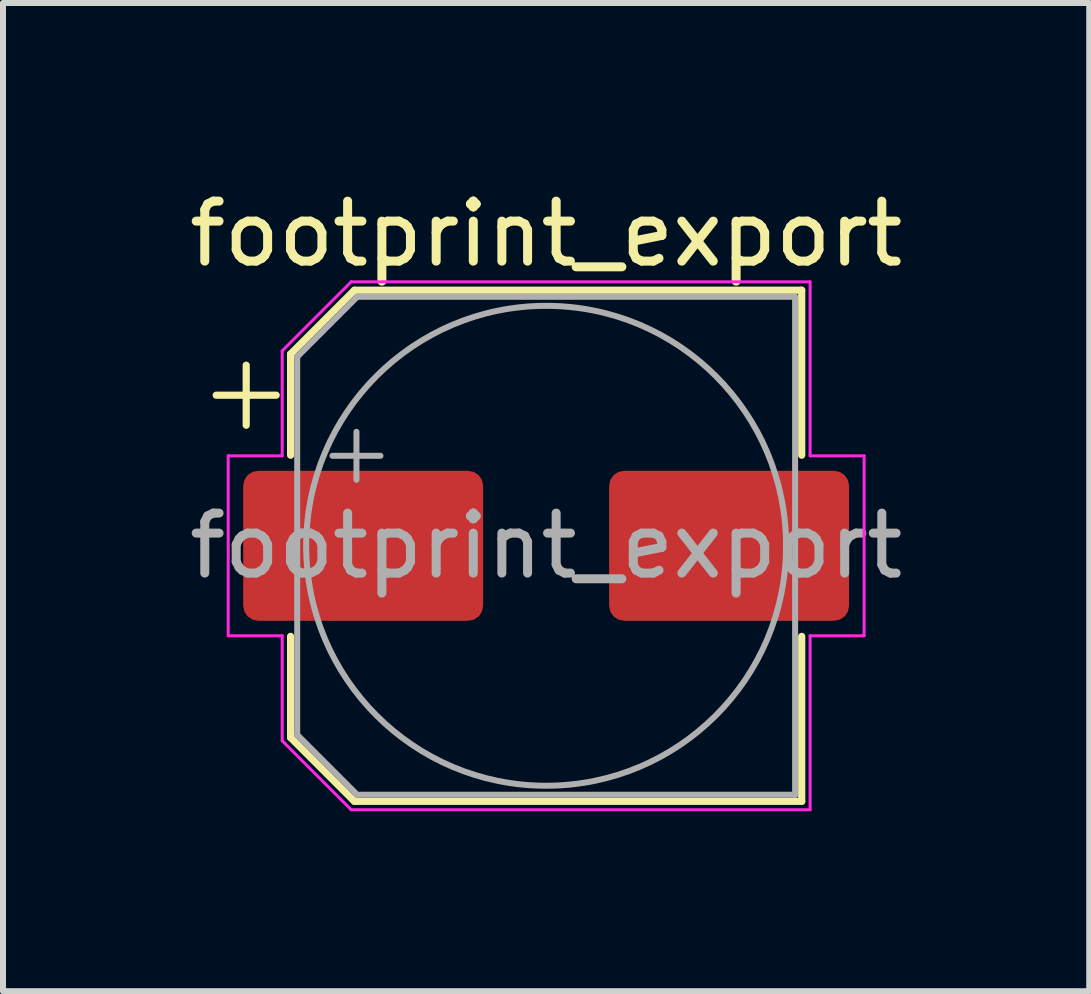
<source format=kicad_pcb>
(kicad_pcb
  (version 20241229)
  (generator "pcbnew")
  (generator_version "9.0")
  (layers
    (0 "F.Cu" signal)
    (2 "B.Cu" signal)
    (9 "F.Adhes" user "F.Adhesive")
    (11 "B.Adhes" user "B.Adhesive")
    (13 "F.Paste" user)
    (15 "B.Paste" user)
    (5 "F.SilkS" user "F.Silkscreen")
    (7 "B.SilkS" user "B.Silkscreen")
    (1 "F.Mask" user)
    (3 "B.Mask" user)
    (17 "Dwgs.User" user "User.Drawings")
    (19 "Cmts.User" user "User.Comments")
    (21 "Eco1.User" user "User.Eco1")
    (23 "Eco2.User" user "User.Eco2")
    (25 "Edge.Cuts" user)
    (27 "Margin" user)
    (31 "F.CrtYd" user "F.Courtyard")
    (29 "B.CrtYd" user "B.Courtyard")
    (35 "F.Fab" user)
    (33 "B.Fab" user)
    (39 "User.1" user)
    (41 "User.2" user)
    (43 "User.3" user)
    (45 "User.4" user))
  (footprint "footprint_export"
    (layer "F.Cu")
    (at 6.054 6.048)
    (property "Reference" "footprint_export" (at 0 -5.2 0) (layer "F.SilkS") (effects (font (size 1 1) (thickness 0.15))))
    (attr smd)
    (fp_line (start -5.5 -2.51) (end -4.5 -2.51) (stroke (width 0.12) (type solid)) (layer "F.SilkS"))
    (fp_line (start -5 -3.01) (end -5 -2.01) (stroke (width 0.12) (type solid)) (layer "F.SilkS"))
    (fp_line (start -4.26 -3.196) (end -4.26 -1.51) (stroke (width 0.12) (type solid)) (layer "F.SilkS"))
    (fp_line (start -4.26 -3.196) (end -3.196 -4.26) (stroke (width 0.12) (type solid)) (layer "F.SilkS"))
    (fp_line (start -4.26 3.196) (end -4.26 1.51) (stroke (width 0.12) (type solid)) (layer "F.SilkS"))
    (fp_line (start -4.26 3.196) (end -3.196 4.26) (stroke (width 0.12) (type solid)) (layer "F.SilkS"))
    (fp_line (start -3.196 -4.26) (end 4.26 -4.26) (stroke (width 0.12) (type solid)) (layer "F.SilkS"))
    (fp_line (start -3.196 4.26) (end 4.26 4.26) (stroke (width 0.12) (type solid)) (layer "F.SilkS"))
    (fp_line (start 4.26 -4.26) (end 4.26 -1.51) (stroke (width 0.12) (type solid)) (layer "F.SilkS"))
    (fp_line (start 4.26 4.26) (end 4.26 1.51) (stroke (width 0.12) (type solid)) (layer "F.SilkS"))
    (fp_line (start -5.3 -1.5) (end -5.3 1.5) (stroke (width 0.05) (type solid)) (layer "F.CrtYd"))
    (fp_line (start -5.3 1.5) (end -4.4 1.5) (stroke (width 0.05) (type solid)) (layer "F.CrtYd"))
    (fp_line (start -4.4 -3.25) (end -4.4 -1.5) (stroke (width 0.05) (type solid)) (layer "F.CrtYd"))
    (fp_line (start -4.4 -3.25) (end -3.25 -4.4) (stroke (width 0.05) (type solid)) (layer "F.CrtYd"))
    (fp_line (start -4.4 -1.5) (end -5.3 -1.5) (stroke (width 0.05) (type solid)) (layer "F.CrtYd"))
    (fp_line (start -4.4 1.5) (end -4.4 3.25) (stroke (width 0.05) (type solid)) (layer "F.CrtYd"))
    (fp_line (start -4.4 3.25) (end -3.25 4.4) (stroke (width 0.05) (type solid)) (layer "F.CrtYd"))
    (fp_line (start -3.25 -4.4) (end 4.4 -4.4) (stroke (width 0.05) (type solid)) (layer "F.CrtYd"))
    (fp_line (start -3.25 4.4) (end 4.4 4.4) (stroke (width 0.05) (type solid)) (layer "F.CrtYd"))
    (fp_line (start 4.4 -4.4) (end 4.4 -1.5) (stroke (width 0.05) (type solid)) (layer "F.CrtYd"))
    (fp_line (start 4.4 -1.5) (end 5.3 -1.5) (stroke (width 0.05) (type solid)) (layer "F.CrtYd"))
    (fp_line (start 4.4 1.5) (end 4.4 4.4) (stroke (width 0.05) (type solid)) (layer "F.CrtYd"))
    (fp_line (start 5.3 -1.5) (end 5.3 1.5) (stroke (width 0.05) (type solid)) (layer "F.CrtYd"))
    (fp_line (start 5.3 1.5) (end 4.4 1.5) (stroke (width 0.05) (type solid)) (layer "F.CrtYd"))
    (fp_line (start -4.15 -3.15) (end -4.15 3.15) (stroke (width 0.1) (type solid)) (layer "F.Fab"))
    (fp_line (start -4.15 -3.15) (end -3.15 -4.15) (stroke (width 0.1) (type solid)) (layer "F.Fab"))
    (fp_line (start -4.15 3.15) (end -3.15 4.15) (stroke (width 0.1) (type solid)) (layer "F.Fab"))
    (fp_line (start -3.562 -1.5) (end -2.762 -1.5) (stroke (width 0.1) (type solid)) (layer "F.Fab"))
    (fp_line (start -3.162 -1.9) (end -3.162 -1.1) (stroke (width 0.1) (type solid)) (layer "F.Fab"))
    (fp_line (start -3.15 -4.15) (end 4.15 -4.15) (stroke (width 0.1) (type solid)) (layer "F.Fab"))
    (fp_line (start -3.15 4.15) (end 4.15 4.15) (stroke (width 0.1) (type solid)) (layer "F.Fab"))
    (fp_line (start 4.15 -4.15) (end 4.15 4.15) (stroke (width 0.1) (type solid)) (layer "F.Fab"))
    (fp_circle (center 0 0) (end 4 0) (stroke (width 0.1) (type solid)) (fill no) (layer "F.Fab"))
    (fp_text user "${REFERENCE}" (at 0 0 0) (layer "F.Fab") (effects (font (size 1 1) (thickness 0.15))))
    (pad "1" smd roundrect (at -3.05 0) (size 4 2.5) (layers "F.Cu" "F.Mask" "F.Paste") (roundrect_rratio 0.1))
    (pad "2" smd roundrect (at 3.05 0) (size 4 2.5) (layers "F.Cu" "F.Mask" "F.Paste") (roundrect_rratio 0.1)))
  (gr_rect
    (start -3 -3)
    (end 15.107 13.473)
    (stroke (width 0.1) (type default))
    (fill no)
    (layer "Edge.Cuts")))
</source>
